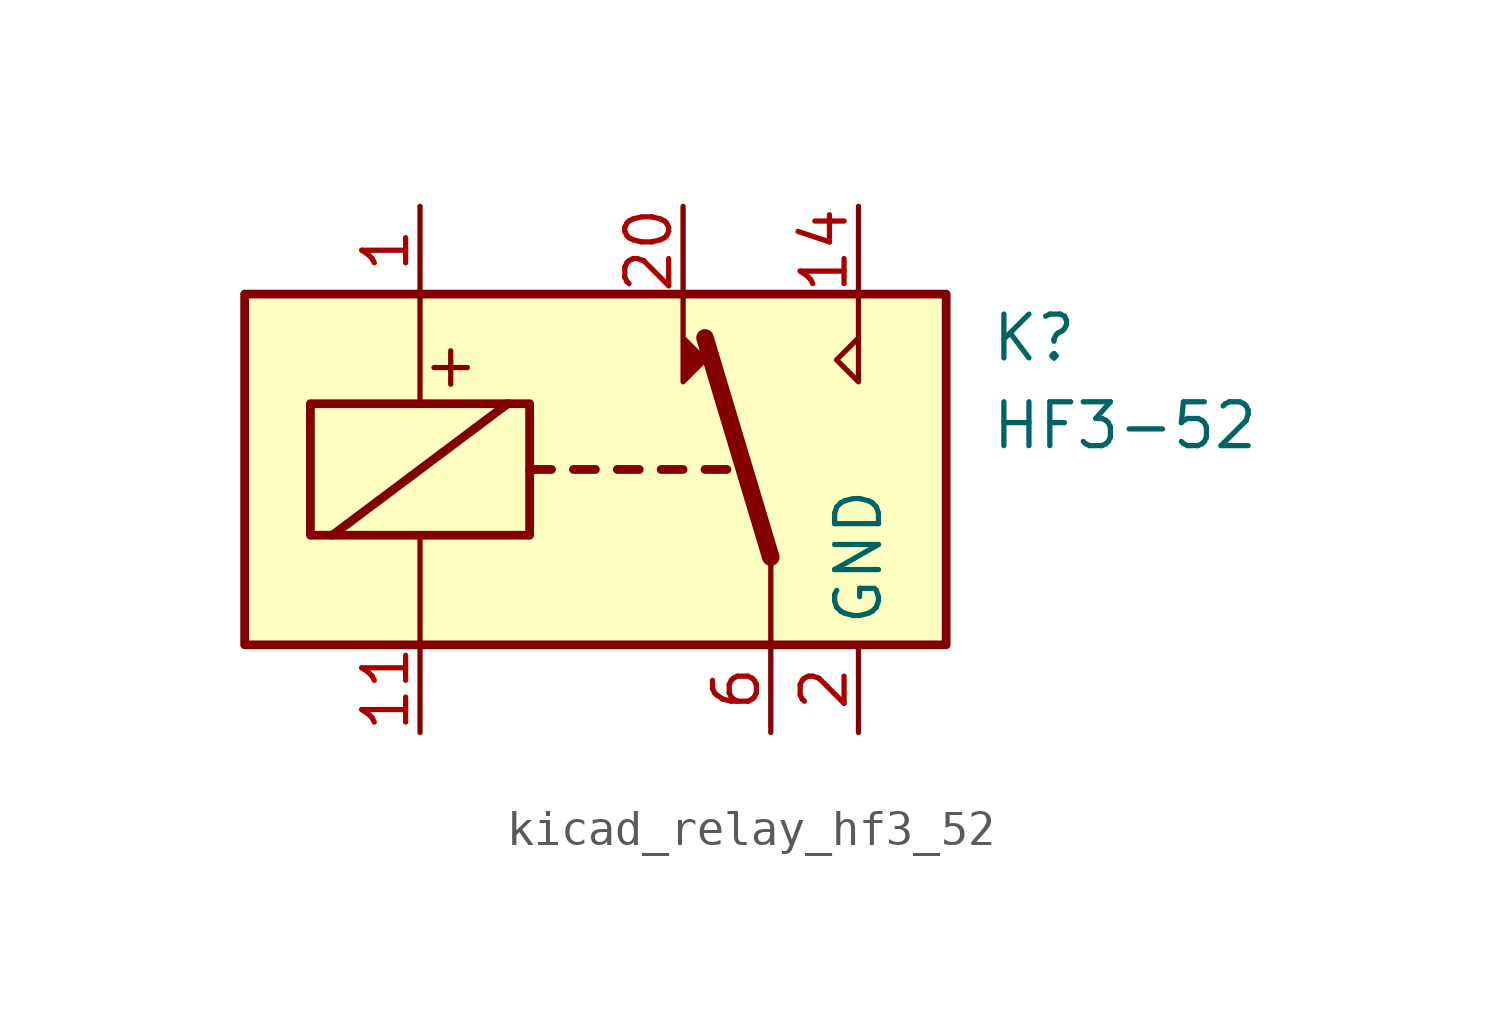
<source format=kicad_sym>
(kicad_symbol_lib
  (version 20220914)
  (generator kicad_symbol_editor)
  (symbol "kicad_relay_hf3_52"
    (property "Reference" "K"
      (at 11.43 3.81 0)
      (effects (font (size 1.27 1.27)) (justify left)))
    (property "Value" "HF3-52"
      (at 11.43 1.27 0)
      (effects (font (size 1.27 1.27)) (justify left)))
    (symbol "kicad_relay_hf3_52_0_0"
      (polyline (pts (xy 7.62 5.08) (xy 7.62 2.54) (xy 6.985 3.175) (xy 7.62 3.81)) (stroke (width 0) (type default)) (fill (type none)))
      (text "+" (at -4.191 3.048 0) (effects (font (size 1.27 1.27)))))
    (symbol "kicad_relay_hf3_52_0_1"
      (rectangle (start -10.16 5.08) (end 10.16 -5.08) (stroke (width 0.254) (type default)) (fill (type background)))
      (rectangle (start -8.255 1.905) (end -1.905 -1.905) (stroke (width 0.254) (type default)) (fill (type none)))
      (polyline (pts (xy -7.62 -1.905) (xy -2.54 1.905)) (stroke (width 0.254) (type default)) (fill (type none)))
      (polyline (pts (xy -5.08 -5.08) (xy -5.08 -1.905)) (stroke (width 0) (type default)) (fill (type none)))
      (polyline (pts (xy -5.08 5.08) (xy -5.08 1.905)) (stroke (width 0) (type default)) (fill (type none)))
      (polyline (pts (xy -1.905 0) (xy -1.27 0)) (stroke (width 0.254) (type default)) (fill (type none)))
      (polyline (pts (xy -0.635 0) (xy 0 0)) (stroke (width 0.254) (type default)) (fill (type none)))
      (polyline (pts (xy 0.635 0) (xy 1.27 0)) (stroke (width 0.254) (type default)) (fill (type none)))
      (polyline (pts (xy 1.905 0) (xy 2.54 0)) (stroke (width 0.254) (type default)) (fill (type none)))
      (polyline (pts (xy 3.175 0) (xy 3.81 0)) (stroke (width 0.254) (type default)) (fill (type none)))
      (polyline (pts (xy 5.08 -2.54) (xy 3.175 3.81)) (stroke (width 0.508) (type default)) (fill (type none)))
      (polyline (pts (xy 5.08 -2.54) (xy 5.08 -5.08)) (stroke (width 0) (type default)) (fill (type none)))
      (polyline (pts (xy 2.54 5.08) (xy 2.54 2.54) (xy 3.175 3.175) (xy 2.54 3.81)) (stroke (width 0) (type default)) (fill (type outline))))
    (symbol "kicad_relay_hf3_52_1_1"
      (pin passive line (at -5.08 7.62 270) (length 2.54) (name "~" (effects (font (size 1.27 1.27)))) (number "1" (effects (font (size 1.27 1.27)))))
      (pin passive line (at 7.62 -7.62 90) (length 2.54) hide (name "GND" (effects (font (size 1.27 1.27)))) (number "10" (effects (font (size 1.27 1.27)))))
      (pin passive line (at -5.08 -7.62 90) (length 2.54) (name "~" (effects (font (size 1.27 1.27)))) (number "11" (effects (font (size 1.27 1.27)))))
      (pin passive line (at 7.62 -7.62 90) (length 2.54) hide (name "GND" (effects (font (size 1.27 1.27)))) (number "12" (effects (font (size 1.27 1.27)))))
      (pin passive line (at 7.62 -7.62 90) (length 2.54) hide (name "GND" (effects (font (size 1.27 1.27)))) (number "13" (effects (font (size 1.27 1.27)))))
      (pin passive line (at 7.62 7.62 270) (length 2.54) (name "~" (effects (font (size 1.27 1.27)))) (number "14" (effects (font (size 1.27 1.27)))))
      (pin passive line (at 7.62 -7.62 90) (length 2.54) hide (name "GND" (effects (font (size 1.27 1.27)))) (number "15" (effects (font (size 1.27 1.27)))))
      (pin passive line (at 7.62 -7.62 90) (length 2.54) hide (name "GND" (effects (font (size 1.27 1.27)))) (number "17" (effects (font (size 1.27 1.27)))))
      (pin passive line (at 7.62 -7.62 90) (length 2.54) hide (name "GND" (effects (font (size 1.27 1.27)))) (number "19" (effects (font (size 1.27 1.27)))))
      (pin power_in line (at 7.62 -7.62 90) (length 2.54) (name "GND" (effects (font (size 1.27 1.27)))) (number "2" (effects (font (size 1.27 1.27)))))
      (pin passive line (at 2.54 7.62 270) (length 2.54) (name "~" (effects (font (size 1.27 1.27)))) (number "20" (effects (font (size 1.27 1.27)))))
      (pin passive line (at 7.62 -7.62 90) (length 2.54) hide (name "GND" (effects (font (size 1.27 1.27)))) (number "21" (effects (font (size 1.27 1.27)))))
      (pin passive line (at 7.62 -7.62 90) (length 2.54) hide (name "GND" (effects (font (size 1.27 1.27)))) (number "22" (effects (font (size 1.27 1.27)))))
      (pin passive line (at 7.62 -7.62 90) (length 2.54) hide (name "GND" (effects (font (size 1.27 1.27)))) (number "5" (effects (font (size 1.27 1.27)))))
      (pin passive line (at 5.08 -7.62 90) (length 2.54) (name "~" (effects (font (size 1.27 1.27)))) (number "6" (effects (font (size 1.27 1.27)))))
      (pin passive line (at 7.62 -7.62 90) (length 2.54) hide (name "GND" (effects (font (size 1.27 1.27)))) (number "7" (effects (font (size 1.27 1.27))))))))
</source>
